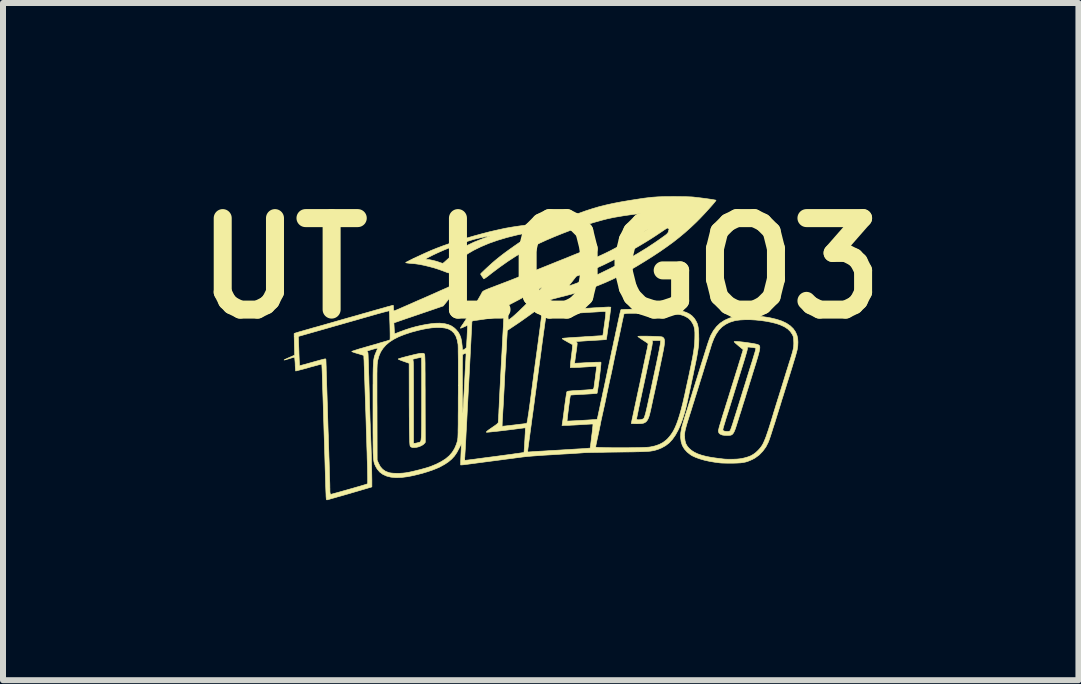
<source format=kicad_pcb>
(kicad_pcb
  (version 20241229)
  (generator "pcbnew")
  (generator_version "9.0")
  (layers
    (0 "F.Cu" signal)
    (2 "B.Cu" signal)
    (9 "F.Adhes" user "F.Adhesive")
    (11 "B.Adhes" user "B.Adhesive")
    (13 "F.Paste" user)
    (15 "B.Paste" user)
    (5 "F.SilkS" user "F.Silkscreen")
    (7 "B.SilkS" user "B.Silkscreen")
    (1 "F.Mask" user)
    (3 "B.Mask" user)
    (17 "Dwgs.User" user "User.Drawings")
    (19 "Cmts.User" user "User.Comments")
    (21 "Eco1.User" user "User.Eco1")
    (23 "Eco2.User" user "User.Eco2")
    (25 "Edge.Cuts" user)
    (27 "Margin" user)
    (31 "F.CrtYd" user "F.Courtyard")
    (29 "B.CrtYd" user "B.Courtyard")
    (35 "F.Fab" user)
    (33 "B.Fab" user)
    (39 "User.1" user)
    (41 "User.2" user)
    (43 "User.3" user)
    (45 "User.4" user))
  (footprint "UT LOGO3"
    (layer "F.Cu")
    (at 5.958 1.418)
    (property "Reference" "UT LOGO3" (at 0 0 0) (layer "F.SilkS") (effects (font (size 1.524 1.524) (thickness 0.3))))
    (attr through_hole)
    (fp_poly (pts (xy -1.952 1.419) (xy -1.941 1.425) (xy -1.939 1.427) (xy -1.937 1.43) (xy -1.935 1.434) (xy -1.933 1.441) (xy -1.932 1.452) (xy -1.931 1.466) (xy -1.93 1.486) (xy -1.929 1.511) (xy -1.928 1.544) (xy -1.927 1.584) (xy -1.927 1.632) (xy -1.927 1.69) (xy -1.926 1.758) (xy -1.926 1.836) (xy -1.926 1.927) (xy -1.925 2.03) (xy -1.925 2.147) (xy -1.925 2.168) (xy -1.923 2.901) (xy -1.938 2.92) (xy -1.961 2.941) (xy -1.993 2.959) (xy -2.029 2.974) (xy -2.068 2.984) (xy -2.105 2.988) (xy -2.137 2.987) (xy -2.161 2.978) (xy -2.164 2.976) (xy -2.169 2.971) (xy -2.174 2.965) (xy -2.177 2.955) (xy -2.179 2.941) (xy -2.181 2.92) (xy -2.183 2.889) (xy -2.184 2.847) (xy -2.185 2.811) (xy -2.186 2.778) (xy -2.187 2.733) (xy -2.188 2.676) (xy -2.189 2.609) (xy -2.189 2.534) (xy -2.19 2.452) (xy -2.19 2.366) (xy -2.191 2.276) (xy -2.191 2.185) (xy -2.191 2.122) (xy -2.192 1.584) (xy -2.283 1.552) (xy -2.317 1.54) (xy -2.345 1.529) (xy -2.355 1.524) (xy -2.135 1.524) (xy -2.131 1.528) (xy -2.129 1.53) (xy -2.127 1.534) (xy -2.126 1.541) (xy -2.124 1.552) (xy -2.123 1.567) (xy -2.122 1.588) (xy -2.121 1.615) (xy -2.121 1.649) (xy -2.12 1.691) (xy -2.12 1.742) (xy -2.12 1.802) (xy -2.119 1.873) (xy -2.119 1.956) (xy -2.119 2.051) (xy -2.119 2.159) (xy -2.119 2.227) (xy -2.119 2.917) (xy -2.099 2.917) (xy -2.08 2.915) (xy -2.055 2.909) (xy -2.042 2.906) (xy -2.033 2.903) (xy -2.024 2.901) (xy -2.017 2.899) (xy -2.011 2.896) (xy -2.005 2.891) (xy -2 2.883) (xy -1.996 2.872) (xy -1.993 2.856) (xy -1.991 2.835) (xy -1.988 2.808) (xy -1.987 2.774) (xy -1.986 2.732) (xy -1.985 2.681) (xy -1.984 2.621) (xy -1.984 2.55) (xy -1.984 2.468) (xy -1.983 2.373) (xy -1.983 2.266) (xy -1.983 2.183) (xy -1.983 2.084) (xy -1.983 1.989) (xy -1.983 1.9) (xy -1.983 1.816) (xy -1.983 1.74) (xy -1.983 1.672) (xy -1.984 1.613) (xy -1.984 1.564) (xy -1.985 1.526) (xy -1.985 1.501) (xy -1.986 1.488) (xy -1.986 1.487) (xy -1.995 1.487) (xy -2.015 1.489) (xy -2.043 1.495) (xy -2.068 1.5) (xy -2.101 1.509) (xy -2.122 1.515) (xy -2.133 1.52) (xy -2.135 1.524) (xy -2.355 1.524) (xy -2.365 1.52) (xy -2.374 1.514) (xy -2.374 1.513) (xy -2.368 1.509) (xy -2.349 1.503) (xy -2.32 1.494) (xy -2.284 1.484) (xy -2.243 1.473) (xy -2.199 1.462) (xy -2.154 1.451) (xy -2.11 1.44) (xy -2.07 1.431) (xy -2.036 1.424) (xy -2.01 1.419) (xy -1.999 1.418) (xy -1.971 1.417) (xy -1.952 1.419)) (stroke (width 0.01) (type solid)) (fill yes) (layer "F.SilkS"))
    (fp_poly (pts (xy 1.753 1.132) (xy 1.799 1.133) (xy 1.846 1.134) (xy 1.892 1.136) (xy 1.935 1.137) (xy 1.971 1.139) (xy 2.001 1.142) (xy 2.02 1.144) (xy 2.026 1.146) (xy 2.041 1.156) (xy 2.053 1.17) (xy 2.06 1.19) (xy 2.063 1.216) (xy 2.061 1.25) (xy 2.056 1.294) (xy 2.047 1.349) (xy 2.033 1.416) (xy 2.032 1.422) (xy 2.021 1.477) (xy 2.008 1.537) (xy 1.996 1.597) (xy 1.984 1.652) (xy 1.978 1.684) (xy 1.969 1.726) (xy 1.958 1.779) (xy 1.945 1.839) (xy 1.932 1.9) (xy 1.919 1.96) (xy 1.913 1.985) (xy 1.901 2.044) (xy 1.887 2.106) (xy 1.873 2.169) (xy 1.861 2.227) (xy 1.85 2.277) (xy 1.847 2.293) (xy 1.833 2.356) (xy 1.821 2.407) (xy 1.811 2.447) (xy 1.801 2.479) (xy 1.791 2.504) (xy 1.781 2.523) (xy 1.772 2.538) (xy 1.755 2.558) (xy 1.735 2.572) (xy 1.711 2.582) (xy 1.678 2.588) (xy 1.636 2.59) (xy 1.6 2.591) (xy 1.566 2.59) (xy 1.537 2.589) (xy 1.518 2.588) (xy 1.509 2.586) (xy 1.509 2.585) (xy 1.511 2.577) (xy 1.515 2.557) (xy 1.521 2.526) (xy 1.523 2.516) (xy 1.597 2.516) (xy 1.603 2.522) (xy 1.62 2.525) (xy 1.642 2.525) (xy 1.667 2.523) (xy 1.689 2.517) (xy 1.694 2.515) (xy 1.7 2.513) (xy 1.705 2.511) (xy 1.709 2.509) (xy 1.714 2.505) (xy 1.718 2.5) (xy 1.723 2.491) (xy 1.728 2.48) (xy 1.733 2.464) (xy 1.739 2.444) (xy 1.747 2.418) (xy 1.755 2.385) (xy 1.764 2.346) (xy 1.775 2.299) (xy 1.787 2.244) (xy 1.801 2.179) (xy 1.817 2.105) (xy 1.836 2.02) (xy 1.856 1.924) (xy 1.879 1.816) (xy 1.905 1.695) (xy 1.934 1.561) (xy 1.935 1.553) (xy 1.948 1.492) (xy 1.96 1.433) (xy 1.971 1.379) (xy 1.98 1.332) (xy 1.987 1.293) (xy 1.992 1.265) (xy 1.994 1.25) (xy 1.998 1.205) (xy 1.923 1.205) (xy 1.89 1.205) (xy 1.869 1.206) (xy 1.858 1.208) (xy 1.855 1.211) (xy 1.857 1.215) (xy 1.859 1.218) (xy 1.86 1.222) (xy 1.861 1.228) (xy 1.861 1.237) (xy 1.86 1.249) (xy 1.857 1.265) (xy 1.854 1.287) (xy 1.849 1.315) (xy 1.842 1.349) (xy 1.833 1.391) (xy 1.823 1.441) (xy 1.811 1.5) (xy 1.796 1.569) (xy 1.779 1.648) (xy 1.76 1.738) (xy 1.738 1.841) (xy 1.713 1.957) (xy 1.694 2.043) (xy 1.677 2.125) (xy 1.66 2.202) (xy 1.645 2.274) (xy 1.631 2.338) (xy 1.62 2.395) (xy 1.61 2.442) (xy 1.603 2.478) (xy 1.598 2.503) (xy 1.597 2.515) (xy 1.597 2.516) (xy 1.523 2.516) (xy 1.53 2.486) (xy 1.539 2.441) (xy 1.549 2.395) (xy 1.585 2.228) (xy 1.618 2.073) (xy 1.649 1.931) (xy 1.676 1.801) (xy 1.701 1.685) (xy 1.706 1.659) (xy 1.718 1.602) (xy 1.731 1.542) (xy 1.743 1.483) (xy 1.755 1.43) (xy 1.765 1.385) (xy 1.767 1.373) (xy 1.776 1.335) (xy 1.782 1.301) (xy 1.787 1.275) (xy 1.789 1.26) (xy 1.789 1.256) (xy 1.782 1.251) (xy 1.766 1.239) (xy 1.741 1.222) (xy 1.711 1.203) (xy 1.702 1.197) (xy 1.672 1.177) (xy 1.646 1.159) (xy 1.628 1.146) (xy 1.619 1.138) (xy 1.618 1.137) (xy 1.625 1.135) (xy 1.644 1.133) (xy 1.674 1.132) (xy 1.711 1.132) (xy 1.753 1.132)) (stroke (width 0.01) (type solid)) (fill yes) (layer "F.SilkS"))
    (fp_poly (pts (xy 3.275 1.221) (xy 3.318 1.225) (xy 3.364 1.23) (xy 3.435 1.239) (xy 3.494 1.248) (xy 3.54 1.255) (xy 3.576 1.262) (xy 3.603 1.268) (xy 3.623 1.275) (xy 3.635 1.282) (xy 3.643 1.29) (xy 3.646 1.296) (xy 3.649 1.306) (xy 3.65 1.32) (xy 3.649 1.337) (xy 3.646 1.359) (xy 3.64 1.388) (xy 3.631 1.423) (xy 3.619 1.467) (xy 3.603 1.52) (xy 3.584 1.584) (xy 3.56 1.66) (xy 3.539 1.727) (xy 3.528 1.763) (xy 3.514 1.809) (xy 3.497 1.864) (xy 3.478 1.922) (xy 3.46 1.982) (xy 3.443 2.036) (xy 3.424 2.097) (xy 3.404 2.163) (xy 3.383 2.229) (xy 3.363 2.292) (xy 3.346 2.348) (xy 3.335 2.384) (xy 3.318 2.435) (xy 3.301 2.49) (xy 3.285 2.542) (xy 3.27 2.589) (xy 3.259 2.624) (xy 3.242 2.676) (xy 3.226 2.716) (xy 3.211 2.745) (xy 3.196 2.764) (xy 3.18 2.777) (xy 3.178 2.777) (xy 3.16 2.783) (xy 3.131 2.785) (xy 3.098 2.786) (xy 3.064 2.784) (xy 3.034 2.781) (xy 3.017 2.776) (xy 2.986 2.762) (xy 2.969 2.745) (xy 2.961 2.723) (xy 2.961 2.714) (xy 2.961 2.708) (xy 2.962 2.702) (xy 2.963 2.694) (xy 2.963 2.692) (xy 3.035 2.692) (xy 3.035 2.698) (xy 3.043 2.708) (xy 3.062 2.715) (xy 3.086 2.719) (xy 3.112 2.72) (xy 3.135 2.718) (xy 3.151 2.711) (xy 3.153 2.71) (xy 3.159 2.7) (xy 3.168 2.678) (xy 3.179 2.647) (xy 3.191 2.611) (xy 3.2 2.585) (xy 3.22 2.519) (xy 3.245 2.441) (xy 3.273 2.352) (xy 3.304 2.252) (xy 3.338 2.143) (xy 3.374 2.026) (xy 3.411 1.909) (xy 3.43 1.847) (xy 3.45 1.782) (xy 3.47 1.718) (xy 3.489 1.657) (xy 3.506 1.603) (xy 3.52 1.56) (xy 3.54 1.494) (xy 3.556 1.441) (xy 3.569 1.399) (xy 3.577 1.369) (xy 3.582 1.348) (xy 3.584 1.336) (xy 3.584 1.332) (xy 3.575 1.329) (xy 3.556 1.325) (xy 3.531 1.321) (xy 3.504 1.318) (xy 3.479 1.315) (xy 3.461 1.314) (xy 3.46 1.314) (xy 3.446 1.315) (xy 3.442 1.323) (xy 3.444 1.33) (xy 3.444 1.337) (xy 3.442 1.35) (xy 3.438 1.369) (xy 3.431 1.396) (xy 3.421 1.43) (xy 3.408 1.474) (xy 3.392 1.528) (xy 3.372 1.593) (xy 3.348 1.67) (xy 3.32 1.759) (xy 3.313 1.782) (xy 3.3 1.823) (xy 3.284 1.874) (xy 3.266 1.933) (xy 3.247 1.995) (xy 3.227 2.058) (xy 3.212 2.108) (xy 3.193 2.169) (xy 3.173 2.233) (xy 3.153 2.297) (xy 3.134 2.358) (xy 3.117 2.411) (xy 3.106 2.446) (xy 3.085 2.511) (xy 3.069 2.565) (xy 3.056 2.607) (xy 3.047 2.639) (xy 3.04 2.663) (xy 3.036 2.68) (xy 3.035 2.692) (xy 2.963 2.692) (xy 2.965 2.684) (xy 2.968 2.671) (xy 2.972 2.654) (xy 2.978 2.632) (xy 2.986 2.605) (xy 2.997 2.571) (xy 3.009 2.53) (xy 3.024 2.48) (xy 3.042 2.421) (xy 3.064 2.353) (xy 3.088 2.274) (xy 3.117 2.183) (xy 3.149 2.08) (xy 3.174 1.999) (xy 3.205 1.9) (xy 3.234 1.807) (xy 3.261 1.72) (xy 3.286 1.641) (xy 3.307 1.571) (xy 3.326 1.511) (xy 3.341 1.463) (xy 3.351 1.428) (xy 3.373 1.357) (xy 3.298 1.295) (xy 3.27 1.271) (xy 3.247 1.251) (xy 3.23 1.235) (xy 3.223 1.226) (xy 3.222 1.226) (xy 3.228 1.221) (xy 3.245 1.22) (xy 3.275 1.221)) (stroke (width 0.01) (type solid)) (fill yes) (layer "F.SilkS"))
    (fp_poly (pts (xy 3.521 0.791) (xy 3.606 0.797) (xy 3.693 0.806) (xy 3.78 0.819) (xy 3.829 0.828) (xy 3.93 0.852) (xy 4.018 0.881) (xy 4.094 0.917) (xy 4.157 0.96) (xy 4.207 1.008) (xy 4.245 1.063) (xy 4.268 1.116) (xy 4.281 1.169) (xy 4.285 1.231) (xy 4.282 1.298) (xy 4.271 1.366) (xy 4.268 1.375) (xy 4.261 1.403) (xy 4.25 1.442) (xy 4.235 1.494) (xy 4.215 1.558) (xy 4.192 1.635) (xy 4.164 1.725) (xy 4.132 1.827) (xy 4.095 1.944) (xy 4.086 1.974) (xy 4.072 2.018) (xy 4.055 2.073) (xy 4.036 2.134) (xy 4.015 2.199) (xy 3.996 2.263) (xy 3.981 2.311) (xy 3.949 2.414) (xy 3.921 2.504) (xy 3.897 2.582) (xy 3.875 2.648) (xy 3.857 2.705) (xy 3.842 2.753) (xy 3.829 2.793) (xy 3.818 2.825) (xy 3.809 2.852) (xy 3.801 2.873) (xy 3.794 2.891) (xy 3.792 2.897) (xy 3.751 2.978) (xy 3.699 3.049) (xy 3.639 3.111) (xy 3.571 3.161) (xy 3.531 3.183) (xy 3.489 3.202) (xy 3.45 3.218) (xy 3.413 3.229) (xy 3.373 3.237) (xy 3.328 3.243) (xy 3.276 3.246) (xy 3.212 3.248) (xy 3.2 3.248) (xy 3.15 3.248) (xy 3.101 3.248) (xy 3.055 3.247) (xy 3.017 3.246) (xy 2.99 3.244) (xy 2.99 3.244) (xy 2.898 3.232) (xy 2.809 3.217) (xy 2.725 3.198) (xy 2.649 3.176) (xy 2.582 3.152) (xy 2.526 3.126) (xy 2.496 3.108) (xy 2.438 3.062) (xy 2.393 3.011) (xy 2.359 2.954) (xy 2.339 2.89) (xy 2.33 2.82) (xy 2.331 2.784) (xy 2.396 2.784) (xy 2.396 2.81) (xy 2.397 2.816) (xy 2.404 2.875) (xy 2.418 2.924) (xy 2.442 2.966) (xy 2.47 2.999) (xy 2.511 3.035) (xy 2.559 3.066) (xy 2.616 3.093) (xy 2.683 3.116) (xy 2.76 3.136) (xy 2.849 3.153) (xy 2.95 3.167) (xy 3.001 3.173) (xy 3.04 3.178) (xy 3.073 3.181) (xy 3.101 3.182) (xy 3.13 3.183) (xy 3.162 3.183) (xy 3.201 3.182) (xy 3.215 3.182) (xy 3.268 3.18) (xy 3.311 3.176) (xy 3.349 3.17) (xy 3.387 3.162) (xy 3.391 3.161) (xy 3.451 3.144) (xy 3.5 3.125) (xy 3.542 3.101) (xy 3.582 3.072) (xy 3.618 3.038) (xy 3.638 3.017) (xy 3.656 2.996) (xy 3.673 2.974) (xy 3.689 2.95) (xy 3.705 2.922) (xy 3.72 2.889) (xy 3.736 2.851) (xy 3.754 2.806) (xy 3.772 2.753) (xy 3.793 2.692) (xy 3.816 2.619) (xy 3.842 2.536) (xy 3.871 2.44) (xy 3.882 2.402) (xy 3.895 2.361) (xy 3.91 2.312) (xy 3.926 2.26) (xy 3.942 2.21) (xy 3.946 2.195) (xy 3.959 2.156) (xy 3.974 2.107) (xy 3.992 2.05) (xy 4.011 1.989) (xy 4.03 1.928) (xy 4.046 1.876) (xy 4.065 1.814) (xy 4.085 1.749) (xy 4.106 1.682) (xy 4.126 1.619) (xy 4.143 1.563) (xy 4.155 1.528) (xy 4.174 1.466) (xy 4.189 1.416) (xy 4.2 1.375) (xy 4.208 1.34) (xy 4.213 1.31) (xy 4.215 1.281) (xy 4.216 1.252) (xy 4.215 1.219) (xy 4.215 1.218) (xy 4.213 1.181) (xy 4.21 1.154) (xy 4.205 1.133) (xy 4.197 1.114) (xy 4.192 1.104) (xy 4.159 1.055) (xy 4.115 1.012) (xy 4.058 0.975) (xy 3.988 0.943) (xy 3.926 0.922) (xy 3.846 0.902) (xy 3.76 0.885) (xy 3.67 0.872) (xy 3.579 0.863) (xy 3.49 0.858) (xy 3.405 0.858) (xy 3.326 0.862) (xy 3.258 0.87) (xy 3.222 0.878) (xy 3.146 0.902) (xy 3.08 0.935) (xy 3.021 0.977) (xy 2.97 1.029) (xy 2.925 1.093) (xy 2.886 1.168) (xy 2.851 1.257) (xy 2.841 1.288) (xy 2.831 1.323) (xy 2.817 1.367) (xy 2.801 1.418) (xy 2.785 1.471) (xy 2.769 1.523) (xy 2.767 1.528) (xy 2.754 1.57) (xy 2.741 1.611) (xy 2.728 1.654) (xy 2.714 1.699) (xy 2.699 1.749) (xy 2.682 1.804) (xy 2.662 1.867) (xy 2.64 1.938) (xy 2.615 2.019) (xy 2.586 2.112) (xy 2.572 2.155) (xy 2.554 2.215) (xy 2.533 2.28) (xy 2.513 2.346) (xy 2.493 2.409) (xy 2.475 2.464) (xy 2.471 2.479) (xy 2.449 2.548) (xy 2.431 2.606) (xy 2.418 2.654) (xy 2.408 2.693) (xy 2.401 2.727) (xy 2.398 2.757) (xy 2.396 2.784) (xy 2.331 2.784) (xy 2.333 2.742) (xy 2.348 2.656) (xy 2.362 2.606) (xy 2.373 2.568) (xy 2.387 2.521) (xy 2.403 2.469) (xy 2.419 2.417) (xy 2.431 2.381) (xy 2.447 2.331) (xy 2.465 2.272) (xy 2.485 2.209) (xy 2.505 2.146) (xy 2.523 2.088) (xy 2.524 2.083) (xy 2.565 1.952) (xy 2.602 1.834) (xy 2.635 1.728) (xy 2.664 1.634) (xy 2.69 1.551) (xy 2.713 1.478) (xy 2.733 1.414) (xy 2.75 1.359) (xy 2.765 1.312) (xy 2.778 1.272) (xy 2.789 1.238) (xy 2.799 1.21) (xy 2.807 1.187) (xy 2.814 1.168) (xy 2.82 1.152) (xy 2.825 1.139) (xy 2.83 1.128) (xy 2.834 1.118) (xy 2.878 1.039) (xy 2.93 0.972) (xy 2.99 0.915) (xy 3.06 0.869) (xy 3.14 0.833) (xy 3.231 0.805) (xy 3.248 0.801) (xy 3.301 0.793) (xy 3.366 0.789) (xy 3.44 0.788) (xy 3.521 0.791)) (stroke (width 0.01) (type solid)) (fill yes) (layer "F.SilkS"))
    (fp_poly (pts (xy 2.289 -1.193) (xy 2.362 -1.192) (xy 2.427 -1.191) (xy 2.482 -1.189) (xy 2.525 -1.187) (xy 2.547 -1.185) (xy 2.602 -1.178) (xy 2.658 -1.172) (xy 2.713 -1.165) (xy 2.765 -1.158) (xy 2.813 -1.151) (xy 2.854 -1.145) (xy 2.887 -1.139) (xy 2.91 -1.135) (xy 2.92 -1.132) (xy 2.92 -1.132) (xy 2.917 -1.125) (xy 2.905 -1.109) (xy 2.886 -1.086) (xy 2.861 -1.056) (xy 2.83 -1.021) (xy 2.796 -0.983) (xy 2.76 -0.943) (xy 2.722 -0.902) (xy 2.684 -0.862) (xy 2.648 -0.824) (xy 2.614 -0.79) (xy 2.586 -0.762) (xy 2.494 -0.675) (xy 2.401 -0.592) (xy 2.306 -0.513) (xy 2.207 -0.435) (xy 2.101 -0.358) (xy 1.988 -0.279) (xy 1.865 -0.198) (xy 1.743 -0.121) (xy 1.597 -0.032) (xy 1.46 0.047) (xy 1.328 0.119) (xy 1.2 0.183) (xy 1.073 0.24) (xy 0.944 0.293) (xy 0.813 0.34) (xy 0.676 0.385) (xy 0.531 0.427) (xy 0.376 0.468) (xy 0.356 0.473) (xy 0.306 0.485) (xy 0.262 0.497) (xy 0.223 0.507) (xy 0.193 0.515) (xy 0.173 0.521) (xy 0.166 0.523) (xy 0.158 0.529) (xy 0.139 0.542) (xy 0.112 0.562) (xy 0.077 0.588) (xy 0.037 0.617) (xy -0.008 0.651) (xy -0.039 0.674) (xy -0.095 0.716) (xy -0.157 0.761) (xy -0.221 0.807) (xy -0.283 0.851) (xy -0.341 0.892) (xy -0.391 0.926) (xy -0.394 0.928) (xy -0.557 1.037) (xy -0.561 1.119) (xy -0.563 1.154) (xy -0.566 1.199) (xy -0.569 1.25) (xy -0.571 1.302) (xy -0.573 1.343) (xy -0.576 1.396) (xy -0.58 1.455) (xy -0.583 1.512) (xy -0.586 1.564) (xy -0.588 1.593) (xy -0.59 1.635) (xy -0.593 1.688) (xy -0.597 1.745) (xy -0.6 1.805) (xy -0.602 1.86) (xy -0.602 1.861) (xy -0.606 1.932) (xy -0.61 2.014) (xy -0.615 2.103) (xy -0.62 2.198) (xy -0.625 2.294) (xy -0.631 2.389) (xy -0.636 2.479) (xy -0.639 2.522) (xy -0.641 2.56) (xy -0.642 2.592) (xy -0.643 2.617) (xy -0.643 2.631) (xy -0.643 2.633) (xy -0.635 2.633) (xy -0.615 2.631) (xy -0.586 2.628) (xy -0.55 2.624) (xy -0.521 2.621) (xy -0.473 2.615) (xy -0.422 2.609) (xy -0.374 2.603) (xy -0.333 2.598) (xy -0.322 2.597) (xy -0.288 2.593) (xy -0.26 2.589) (xy -0.24 2.586) (xy -0.232 2.583) (xy -0.229 2.575) (xy -0.224 2.552) (xy -0.217 2.516) (xy -0.21 2.467) (xy -0.2 2.405) (xy -0.19 2.332) (xy -0.178 2.246) (xy -0.165 2.15) (xy -0.151 2.043) (xy -0.145 1.996) (xy -0.139 1.952) (xy -0.132 1.896) (xy -0.123 1.831) (xy -0.114 1.759) (xy -0.103 1.682) (xy -0.093 1.603) (xy -0.082 1.525) (xy -0.076 1.48) (xy -0.061 1.37) (xy -0.047 1.265) (xy -0.034 1.167) (xy -0.022 1.077) (xy -0.011 0.995) (xy -0.002 0.922) (xy 0.006 0.86) (xy 0.012 0.811) (xy 0.017 0.773) (xy 0.019 0.76) (xy 0.023 0.736) (xy 0.028 0.72) (xy 0.032 0.714) (xy 0.041 0.713) (xy 0.063 0.711) (xy 0.095 0.709) (xy 0.135 0.706) (xy 0.182 0.703) (xy 0.225 0.7) (xy 0.284 0.697) (xy 0.352 0.693) (xy 0.425 0.688) (xy 0.503 0.684) (xy 0.583 0.679) (xy 0.663 0.674) (xy 0.743 0.669) (xy 0.819 0.665) (xy 0.889 0.66) (xy 0.953 0.657) (xy 1.009 0.653) (xy 1.053 0.651) (xy 1.085 0.649) (xy 1.087 0.649) (xy 1.127 0.647) (xy 1.154 0.648) (xy 1.167 0.65) (xy 1.168 0.651) (xy 1.167 0.661) (xy 1.165 0.683) (xy 1.16 0.715) (xy 1.155 0.755) (xy 1.149 0.801) (xy 1.142 0.852) (xy 1.134 0.906) (xy 1.127 0.959) (xy 1.119 1.012) (xy 1.112 1.061) (xy 1.106 1.104) (xy 1.101 1.141) (xy 1.096 1.168) (xy 1.094 1.184) (xy 1.093 1.188) (xy 1.086 1.189) (xy 1.065 1.191) (xy 1.034 1.193) (xy 0.993 1.196) (xy 0.944 1.199) (xy 0.889 1.202) (xy 0.842 1.205) (xy 0.783 1.208) (xy 0.729 1.212) (xy 0.682 1.215) (xy 0.642 1.218) (xy 0.612 1.22) (xy 0.594 1.222) (xy 0.589 1.223) (xy 0.591 1.229) (xy 0.598 1.236) (xy 0.603 1.24) (xy 0.606 1.246) (xy 0.607 1.255) (xy 0.606 1.271) (xy 0.604 1.294) (xy 0.6 1.328) (xy 0.593 1.373) (xy 0.593 1.376) (xy 0.586 1.421) (xy 0.58 1.464) (xy 0.575 1.501) (xy 0.571 1.531) (xy 0.569 1.545) (xy 0.564 1.584) (xy 0.672 1.579) (xy 0.723 1.576) (xy 0.781 1.573) (xy 0.839 1.571) (xy 0.889 1.568) (xy 0.927 1.566) (xy 0.96 1.566) (xy 0.986 1.565) (xy 1 1.566) (xy 1.003 1.567) (xy 1.004 1.575) (xy 1.003 1.596) (xy 1 1.627) (xy 0.996 1.666) (xy 0.991 1.712) (xy 0.985 1.763) (xy 0.979 1.815) (xy 0.972 1.868) (xy 0.965 1.919) (xy 0.958 1.967) (xy 0.952 2.009) (xy 0.946 2.044) (xy 0.942 2.069) (xy 0.939 2.082) (xy 0.938 2.084) (xy 0.929 2.086) (xy 0.908 2.088) (xy 0.877 2.09) (xy 0.838 2.093) (xy 0.794 2.096) (xy 0.773 2.097) (xy 0.722 2.1) (xy 0.672 2.102) (xy 0.626 2.105) (xy 0.587 2.107) (xy 0.559 2.109) (xy 0.554 2.109) (xy 0.495 2.114) (xy 0.491 2.136) (xy 0.487 2.158) (xy 0.482 2.19) (xy 0.477 2.229) (xy 0.471 2.273) (xy 0.465 2.32) (xy 0.459 2.367) (xy 0.453 2.414) (xy 0.448 2.456) (xy 0.444 2.493) (xy 0.441 2.522) (xy 0.439 2.54) (xy 0.439 2.546) (xy 0.447 2.547) (xy 0.467 2.546) (xy 0.498 2.545) (xy 0.537 2.543) (xy 0.582 2.541) (xy 0.632 2.538) (xy 0.684 2.535) (xy 0.736 2.532) (xy 0.786 2.529) (xy 0.833 2.526) (xy 0.873 2.523) (xy 0.906 2.521) (xy 0.929 2.519) (xy 0.939 2.517) (xy 0.94 2.517) (xy 0.942 2.509) (xy 0.947 2.49) (xy 0.954 2.46) (xy 0.962 2.421) (xy 0.972 2.376) (xy 0.98 2.34) (xy 0.991 2.285) (xy 1.005 2.219) (xy 1.021 2.147) (xy 1.036 2.074) (xy 1.052 2.003) (xy 1.063 1.949) (xy 1.078 1.88) (xy 1.094 1.803) (xy 1.111 1.723) (xy 1.128 1.643) (xy 1.144 1.57) (xy 1.154 1.524) (xy 1.168 1.458) (xy 1.183 1.385) (xy 1.2 1.309) (xy 1.215 1.235) (xy 1.23 1.168) (xy 1.238 1.132) (xy 1.25 1.073) (xy 1.264 1.011) (xy 1.277 0.949) (xy 1.289 0.892) (xy 1.3 0.843) (xy 1.304 0.824) (xy 1.313 0.783) (xy 1.321 0.747) (xy 1.329 0.717) (xy 1.334 0.698) (xy 1.337 0.691) (xy 1.346 0.689) (xy 1.367 0.688) (xy 1.4 0.686) (xy 1.443 0.685) (xy 1.494 0.684) (xy 1.552 0.683) (xy 1.616 0.682) (xy 1.682 0.682) (xy 1.752 0.682) (xy 1.821 0.682) (xy 1.89 0.682) (xy 1.956 0.683) (xy 2.019 0.683) (xy 2.075 0.684) (xy 2.125 0.686) (xy 2.166 0.687) (xy 2.197 0.689) (xy 2.207 0.69) (xy 2.293 0.701) (xy 2.365 0.717) (xy 2.427 0.737) (xy 2.478 0.763) (xy 2.521 0.795) (xy 2.557 0.834) (xy 2.569 0.851) (xy 2.59 0.886) (xy 2.606 0.919) (xy 2.617 0.955) (xy 2.625 0.997) (xy 2.63 1.047) (xy 2.633 1.109) (xy 2.633 1.141) (xy 2.634 1.171) (xy 2.634 1.199) (xy 2.633 1.227) (xy 2.632 1.255) (xy 2.63 1.285) (xy 2.626 1.317) (xy 2.621 1.352) (xy 2.615 1.392) (xy 2.607 1.438) (xy 2.598 1.49) (xy 2.586 1.549) (xy 2.572 1.616) (xy 2.556 1.693) (xy 2.538 1.781) (xy 2.517 1.879) (xy 2.493 1.99) (xy 2.47 2.097) (xy 2.447 2.203) (xy 2.426 2.296) (xy 2.405 2.378) (xy 2.384 2.45) (xy 2.363 2.516) (xy 2.342 2.575) (xy 2.319 2.631) (xy 2.295 2.685) (xy 2.29 2.696) (xy 2.244 2.78) (xy 2.194 2.851) (xy 2.14 2.91) (xy 2.079 2.957) (xy 2.012 2.994) (xy 1.958 3.016) (xy 1.936 3.023) (xy 1.915 3.03) (xy 1.895 3.035) (xy 1.874 3.04) (xy 1.851 3.044) (xy 1.825 3.048) (xy 1.795 3.051) (xy 1.759 3.053) (xy 1.717 3.055) (xy 1.667 3.057) (xy 1.608 3.058) (xy 1.539 3.06) (xy 1.459 3.061) (xy 1.367 3.062) (xy 1.277 3.063) (xy 1.191 3.064) (xy 1.109 3.065) (xy 1.032 3.067) (xy 0.961 3.068) (xy 0.897 3.069) (xy 0.842 3.07) (xy 0.796 3.071) (xy 0.762 3.072) (xy 0.74 3.073) (xy 0.733 3.073) (xy 0.72 3.074) (xy 0.694 3.076) (xy 0.656 3.079) (xy 0.608 3.082) (xy 0.55 3.086) (xy 0.486 3.09) (xy 0.415 3.094) (xy 0.339 3.098) (xy 0.265 3.103) (xy 0.15 3.11) (xy 0.045 3.116) (xy -0.05 3.123) (xy -0.133 3.129) (xy -0.205 3.135) (xy -0.264 3.141) (xy -0.308 3.146) (xy -0.355 3.152) (xy -0.415 3.16) (xy -0.488 3.17) (xy -0.576 3.181) (xy -0.678 3.195) (xy -0.794 3.21) (xy -0.924 3.227) (xy -1.068 3.246) (xy -1.218 3.266) (xy -1.257 3.271) (xy -1.29 3.275) (xy -1.316 3.277) (xy -1.331 3.278) (xy -1.334 3.277) (xy -1.334 3.269) (xy -1.334 3.249) (xy -1.334 3.218) (xy -1.332 3.182) (xy -1.268 3.182) (xy -1.266 3.195) (xy -1.262 3.2) (xy -1.257 3.2) (xy -1.248 3.199) (xy -1.225 3.197) (xy -1.192 3.193) (xy -1.148 3.187) (xy -1.097 3.181) (xy -1.04 3.173) (xy -0.979 3.165) (xy -0.965 3.163) (xy -0.843 3.147) (xy -0.735 3.133) (xy -0.64 3.12) (xy -0.557 3.109) (xy -0.487 3.1) (xy -0.428 3.091) (xy -0.379 3.085) (xy -0.341 3.079) (xy -0.313 3.075) (xy -0.293 3.072) (xy -0.282 3.07) (xy -0.279 3.069) (xy -0.278 3.061) (xy -0.277 3.051) (xy -0.218 3.051) (xy -0.216 3.057) (xy -0.209 3.061) (xy -0.194 3.061) (xy -0.169 3.059) (xy -0.153 3.058) (xy -0.123 3.056) (xy -0.083 3.053) (xy -0.032 3.05) (xy 0.028 3.047) (xy 0.095 3.043) (xy 0.167 3.038) (xy 0.244 3.034) (xy 0.312 3.03) (xy 0.391 3.025) (xy 0.467 3.021) (xy 0.538 3.016) (xy 0.603 3.012) (xy 0.66 3.009) (xy 0.708 3.006) (xy 0.746 3.003) (xy 0.772 3.001) (xy 0.784 3) (xy 0.825 2.996) (xy 0.827 2.979) (xy 0.914 2.979) (xy 0.921 2.982) (xy 0.941 2.984) (xy 0.973 2.986) (xy 1.015 2.987) (xy 1.065 2.989) (xy 1.122 2.99) (xy 1.185 2.991) (xy 1.252 2.991) (xy 1.321 2.991) (xy 1.392 2.991) (xy 1.462 2.991) (xy 1.53 2.99) (xy 1.595 2.989) (xy 1.655 2.988) (xy 1.709 2.986) (xy 1.755 2.984) (xy 1.791 2.982) (xy 1.817 2.979) (xy 1.821 2.979) (xy 1.903 2.961) (xy 1.973 2.937) (xy 2.035 2.905) (xy 2.089 2.864) (xy 2.11 2.845) (xy 2.144 2.807) (xy 2.176 2.765) (xy 2.207 2.717) (xy 2.235 2.662) (xy 2.262 2.599) (xy 2.288 2.527) (xy 2.314 2.445) (xy 2.34 2.352) (xy 2.367 2.247) (xy 2.394 2.128) (xy 2.398 2.112) (xy 2.424 1.99) (xy 2.448 1.881) (xy 2.469 1.785) (xy 2.487 1.699) (xy 2.503 1.624) (xy 2.516 1.558) (xy 2.528 1.499) (xy 2.537 1.448) (xy 2.545 1.402) (xy 2.551 1.362) (xy 2.556 1.325) (xy 2.56 1.292) (xy 2.563 1.26) (xy 2.565 1.229) (xy 2.566 1.198) (xy 2.567 1.179) (xy 2.568 1.12) (xy 2.568 1.072) (xy 2.565 1.033) (xy 2.56 1.001) (xy 2.553 0.971) (xy 2.542 0.943) (xy 2.533 0.924) (xy 2.502 0.874) (xy 2.462 0.834) (xy 2.413 0.805) (xy 2.393 0.796) (xy 2.374 0.788) (xy 2.354 0.782) (xy 2.332 0.776) (xy 2.307 0.772) (xy 2.278 0.768) (xy 2.242 0.765) (xy 2.2 0.762) (xy 2.149 0.76) (xy 2.088 0.758) (xy 2.016 0.757) (xy 1.931 0.755) (xy 1.883 0.754) (xy 1.808 0.753) (xy 1.736 0.752) (xy 1.668 0.751) (xy 1.606 0.751) (xy 1.552 0.751) (xy 1.506 0.751) (xy 1.472 0.751) (xy 1.45 0.752) (xy 1.447 0.752) (xy 1.417 0.755) (xy 1.399 0.758) (xy 1.389 0.762) (xy 1.384 0.769) (xy 1.384 0.772) (xy 1.381 0.784) (xy 1.376 0.807) (xy 1.369 0.84) (xy 1.36 0.879) (xy 1.351 0.923) (xy 1.35 0.929) (xy 1.34 0.977) (xy 1.328 1.035) (xy 1.314 1.099) (xy 1.3 1.165) (xy 1.286 1.23) (xy 1.277 1.27) (xy 1.264 1.33) (xy 1.251 1.393) (xy 1.237 1.456) (xy 1.225 1.514) (xy 1.215 1.564) (xy 1.209 1.593) (xy 1.198 1.646) (xy 1.186 1.705) (xy 1.173 1.765) (xy 1.161 1.818) (xy 1.158 1.832) (xy 1.147 1.88) (xy 1.135 1.937) (xy 1.122 1.997) (xy 1.11 2.055) (xy 1.103 2.086) (xy 1.092 2.141) (xy 1.079 2.204) (xy 1.065 2.27) (xy 1.051 2.332) (xy 1.043 2.369) (xy 1.031 2.422) (xy 1.019 2.477) (xy 1.007 2.531) (xy 0.997 2.579) (xy 0.991 2.613) (xy 0.982 2.655) (xy 0.972 2.706) (xy 0.96 2.76) (xy 0.949 2.814) (xy 0.943 2.839) (xy 0.934 2.881) (xy 0.926 2.919) (xy 0.92 2.949) (xy 0.916 2.97) (xy 0.914 2.979) (xy 0.827 2.979) (xy 0.849 2.797) (xy 0.856 2.745) (xy 0.861 2.698) (xy 0.865 2.658) (xy 0.869 2.626) (xy 0.87 2.605) (xy 0.871 2.596) (xy 0.871 2.596) (xy 0.863 2.596) (xy 0.842 2.596) (xy 0.811 2.598) (xy 0.771 2.6) (xy 0.724 2.603) (xy 0.672 2.606) (xy 0.668 2.606) (xy 0.612 2.61) (xy 0.558 2.613) (xy 0.508 2.615) (xy 0.465 2.618) (xy 0.431 2.619) (xy 0.411 2.619) (xy 0.354 2.62) (xy 0.359 2.6) (xy 0.36 2.588) (xy 0.364 2.564) (xy 0.369 2.529) (xy 0.375 2.485) (xy 0.382 2.433) (xy 0.389 2.377) (xy 0.396 2.327) (xy 0.403 2.268) (xy 0.411 2.212) (xy 0.418 2.163) (xy 0.424 2.122) (xy 0.429 2.09) (xy 0.433 2.069) (xy 0.435 2.061) (xy 0.438 2.057) (xy 0.441 2.054) (xy 0.447 2.052) (xy 0.457 2.049) (xy 0.472 2.047) (xy 0.494 2.045) (xy 0.524 2.042) (xy 0.564 2.04) (xy 0.615 2.037) (xy 0.678 2.033) (xy 0.711 2.031) (xy 0.756 2.028) (xy 0.797 2.025) (xy 0.83 2.022) (xy 0.855 2.019) (xy 0.868 2.017) (xy 0.868 2.017) (xy 0.878 2.01) (xy 0.885 1.996) (xy 0.889 1.973) (xy 0.891 1.953) (xy 0.895 1.922) (xy 0.901 1.883) (xy 0.907 1.839) (xy 0.911 1.804) (xy 0.917 1.761) (xy 0.922 1.721) (xy 0.926 1.688) (xy 0.928 1.664) (xy 0.929 1.653) (xy 0.929 1.633) (xy 0.873 1.636) (xy 0.796 1.642) (xy 0.733 1.646) (xy 0.681 1.649) (xy 0.638 1.652) (xy 0.604 1.653) (xy 0.576 1.654) (xy 0.553 1.655) (xy 0.548 1.655) (xy 0.493 1.655) (xy 0.494 1.624) (xy 0.495 1.605) (xy 0.498 1.576) (xy 0.502 1.54) (xy 0.507 1.5) (xy 0.508 1.491) (xy 0.514 1.448) (xy 0.519 1.404) (xy 0.524 1.365) (xy 0.527 1.334) (xy 0.527 1.332) (xy 0.531 1.274) (xy 0.447 1.228) (xy 0.416 1.21) (xy 0.389 1.195) (xy 0.369 1.183) (xy 0.36 1.176) (xy 0.359 1.176) (xy 0.359 1.173) (xy 0.362 1.171) (xy 0.369 1.169) (xy 0.382 1.166) (xy 0.402 1.164) (xy 0.429 1.162) (xy 0.466 1.159) (xy 0.512 1.156) (xy 0.57 1.152) (xy 0.639 1.148) (xy 0.722 1.143) (xy 0.726 1.142) (xy 0.791 1.138) (xy 0.852 1.135) (xy 0.906 1.131) (xy 0.953 1.128) (xy 0.991 1.126) (xy 1.018 1.124) (xy 1.033 1.123) (xy 1.035 1.123) (xy 1.036 1.115) (xy 1.039 1.096) (xy 1.044 1.065) (xy 1.049 1.026) (xy 1.055 0.98) (xy 1.062 0.929) (xy 1.063 0.926) (xy 1.071 0.866) (xy 1.077 0.819) (xy 1.081 0.783) (xy 1.083 0.758) (xy 1.084 0.74) (xy 1.083 0.73) (xy 1.08 0.725) (xy 1.08 0.725) (xy 1.068 0.722) (xy 1.047 0.721) (xy 1.023 0.722) (xy 1.008 0.723) (xy 0.979 0.725) (xy 0.938 0.728) (xy 0.888 0.731) (xy 0.828 0.734) (xy 0.762 0.738) (xy 0.689 0.743) (xy 0.612 0.747) (xy 0.537 0.752) (xy 0.459 0.757) (xy 0.384 0.761) (xy 0.316 0.765) (xy 0.254 0.77) (xy 0.201 0.773) (xy 0.156 0.776) (xy 0.123 0.779) (xy 0.101 0.781) (xy 0.093 0.783) (xy 0.093 0.783) (xy 0.092 0.785) (xy 0.09 0.79) (xy 0.088 0.799) (xy 0.086 0.813) (xy 0.083 0.831) (xy 0.079 0.855) (xy 0.074 0.884) (xy 0.069 0.921) (xy 0.063 0.964) (xy 0.056 1.016) (xy 0.047 1.076) (xy 0.038 1.145) (xy 0.027 1.224) (xy 0.015 1.314) (xy 0.002 1.414) (xy -0.013 1.525) (xy -0.03 1.649) (xy -0.048 1.786) (xy -0.068 1.936) (xy -0.083 2.05) (xy -0.094 2.127) (xy -0.105 2.214) (xy -0.118 2.309) (xy -0.131 2.406) (xy -0.145 2.504) (xy -0.157 2.597) (xy -0.169 2.683) (xy -0.171 2.697) (xy -0.18 2.766) (xy -0.189 2.831) (xy -0.197 2.89) (xy -0.204 2.942) (xy -0.21 2.986) (xy -0.214 3.02) (xy -0.217 3.042) (xy -0.218 3.051) (xy -0.277 3.051) (xy -0.276 3.041) (xy -0.274 3.011) (xy -0.271 2.973) (xy -0.269 2.93) (xy -0.266 2.884) (xy -0.263 2.837) (xy -0.261 2.791) (xy -0.258 2.748) (xy -0.257 2.712) (xy -0.256 2.683) (xy -0.255 2.665) (xy -0.256 2.66) (xy -0.263 2.66) (xy -0.282 2.661) (xy -0.309 2.665) (xy -0.33 2.667) (xy -0.402 2.677) (xy -0.474 2.686) (xy -0.545 2.695) (xy -0.614 2.703) (xy -0.679 2.711) (xy -0.739 2.718) (xy -0.791 2.723) (xy -0.836 2.728) (xy -0.87 2.731) (xy -0.894 2.733) (xy -0.905 2.733) (xy -0.905 2.733) (xy -0.906 2.728) (xy -0.9 2.721) (xy -0.887 2.709) (xy -0.866 2.693) (xy -0.834 2.671) (xy -0.791 2.641) (xy -0.789 2.64) (xy -0.756 2.617) (xy -0.73 2.597) (xy -0.714 2.581) (xy -0.708 2.573) (xy -0.707 2.562) (xy -0.706 2.539) (xy -0.703 2.505) (xy -0.701 2.461) (xy -0.698 2.411) (xy -0.696 2.354) (xy -0.693 2.304) (xy -0.691 2.253) (xy -0.688 2.189) (xy -0.684 2.114) (xy -0.68 2.031) (xy -0.675 1.941) (xy -0.67 1.847) (xy -0.665 1.75) (xy -0.66 1.653) (xy -0.655 1.557) (xy -0.653 1.52) (xy -0.646 1.403) (xy -0.641 1.299) (xy -0.636 1.208) (xy -0.632 1.129) (xy -0.628 1.061) (xy -0.625 1.003) (xy -0.622 0.955) (xy -0.621 0.915) (xy -0.619 0.883) (xy -0.618 0.858) (xy -0.617 0.839) (xy -0.617 0.825) (xy -0.617 0.816) (xy -0.618 0.81) (xy -0.618 0.807) (xy -0.619 0.806) (xy -0.62 0.806) (xy -0.621 0.806) (xy -0.629 0.807) (xy -0.65 0.809) (xy -0.681 0.813) (xy -0.72 0.819) (xy -0.766 0.825) (xy -0.815 0.832) (xy -0.868 0.839) (xy -0.92 0.846) (xy -0.97 0.853) (xy -1.017 0.86) (xy -1.058 0.866) (xy -1.091 0.87) (xy -1.114 0.874) (xy -1.123 0.875) (xy -1.14 0.88) (xy -1.146 0.89) (xy -1.147 0.895) (xy -1.147 0.906) (xy -1.148 0.929) (xy -1.15 0.964) (xy -1.152 1.008) (xy -1.155 1.06) (xy -1.158 1.117) (xy -1.161 1.179) (xy -1.161 1.183) (xy -1.164 1.24) (xy -1.168 1.309) (xy -1.172 1.388) (xy -1.176 1.475) (xy -1.181 1.568) (xy -1.186 1.664) (xy -1.191 1.761) (xy -1.196 1.857) (xy -1.201 1.949) (xy -1.21 2.115) (xy -1.218 2.267) (xy -1.225 2.406) (xy -1.231 2.531) (xy -1.237 2.644) (xy -1.243 2.744) (xy -1.247 2.833) (xy -1.251 2.91) (xy -1.255 2.976) (xy -1.258 3.031) (xy -1.261 3.076) (xy -1.263 3.111) (xy -1.264 3.137) (xy -1.266 3.154) (xy -1.266 3.159) (xy -1.268 3.182) (xy -1.332 3.182) (xy -1.332 3.179) (xy -1.33 3.133) (xy -1.329 3.105) (xy -1.327 3.057) (xy -1.325 3.014) (xy -1.324 2.979) (xy -1.323 2.952) (xy -1.323 2.937) (xy -1.324 2.934) (xy -1.328 2.939) (xy -1.337 2.954) (xy -1.349 2.978) (xy -1.363 3.006) (xy -1.398 3.072) (xy -1.437 3.129) (xy -1.483 3.179) (xy -1.537 3.225) (xy -1.6 3.267) (xy -1.676 3.309) (xy -1.681 3.312) (xy -1.738 3.337) (xy -1.807 3.364) (xy -1.884 3.39) (xy -1.966 3.415) (xy -2.051 3.437) (xy -2.136 3.457) (xy -2.217 3.473) (xy -2.32 3.486) (xy -2.412 3.489) (xy -2.495 3.481) (xy -2.567 3.463) (xy -2.629 3.435) (xy -2.682 3.396) (xy -2.724 3.346) (xy -2.747 3.307) (xy -2.754 3.292) (xy -2.76 3.279) (xy -2.766 3.266) (xy -2.771 3.253) (xy -2.775 3.238) (xy -2.779 3.221) (xy -2.782 3.201) (xy -2.785 3.176) (xy -2.787 3.147) (xy -2.789 3.113) (xy -2.791 3.072) (xy -2.792 3.023) (xy -2.792 2.966) (xy -2.793 2.9) (xy -2.793 2.824) (xy -2.794 2.737) (xy -2.794 2.638) (xy -2.794 2.527) (xy -2.794 2.402) (xy -2.794 2.369) (xy -2.794 2.241) (xy -2.794 2.125) (xy -2.794 2.023) (xy -2.794 1.936) (xy -2.728 1.936) (xy -2.728 2.016) (xy -2.728 2.107) (xy -2.728 2.211) (xy -2.727 2.328) (xy -2.727 2.401) (xy -2.725 3.197) (xy -2.701 3.252) (xy -2.671 3.308) (xy -2.632 3.351) (xy -2.585 3.384) (xy -2.527 3.406) (xy -2.524 3.407) (xy -2.493 3.412) (xy -2.451 3.416) (xy -2.402 3.417) (xy -2.35 3.417) (xy -2.299 3.414) (xy -2.252 3.409) (xy -2.235 3.406) (xy -2.189 3.398) (xy -2.135 3.386) (xy -2.077 3.372) (xy -2.016 3.357) (xy -1.958 3.341) (xy -1.904 3.326) (xy -1.86 3.312) (xy -1.836 3.304) (xy -1.739 3.264) (xy -1.655 3.221) (xy -1.583 3.175) (xy -1.523 3.124) (xy -1.474 3.067) (xy -1.435 3.004) (xy -1.405 2.934) (xy -1.392 2.892) (xy -1.389 2.883) (xy -1.387 2.873) (xy -1.385 2.863) (xy -1.383 2.852) (xy -1.382 2.838) (xy -1.38 2.821) (xy -1.379 2.799) (xy -1.378 2.773) (xy -1.377 2.74) (xy -1.377 2.701) (xy -1.376 2.654) (xy -1.375 2.598) (xy -1.375 2.533) (xy -1.375 2.457) (xy -1.374 2.37) (xy -1.374 2.271) (xy -1.374 2.159) (xy -1.373 2.079) (xy -1.373 1.95) (xy -1.373 1.895) (xy -1.305 1.895) (xy -1.305 1.949) (xy -1.305 2.045) (xy -1.305 2.132) (xy -1.304 2.207) (xy -1.303 2.272) (xy -1.303 2.324) (xy -1.302 2.365) (xy -1.301 2.392) (xy -1.3 2.407) (xy -1.298 2.407) (xy -1.298 2.406) (xy -1.297 2.391) (xy -1.295 2.362) (xy -1.292 2.322) (xy -1.289 2.272) (xy -1.285 2.214) (xy -1.281 2.148) (xy -1.277 2.076) (xy -1.273 2) (xy -1.27 1.941) (xy -1.266 1.863) (xy -1.262 1.787) (xy -1.259 1.716) (xy -1.255 1.651) (xy -1.252 1.593) (xy -1.249 1.544) (xy -1.247 1.505) (xy -1.246 1.479) (xy -1.245 1.468) (xy -1.244 1.441) (xy -1.245 1.422) (xy -1.248 1.415) (xy -1.248 1.415) (xy -1.262 1.419) (xy -1.28 1.427) (xy -1.295 1.436) (xy -1.301 1.44) (xy -1.302 1.449) (xy -1.302 1.47) (xy -1.303 1.504) (xy -1.304 1.549) (xy -1.304 1.603) (xy -1.305 1.666) (xy -1.305 1.737) (xy -1.305 1.813) (xy -1.305 1.895) (xy -1.373 1.895) (xy -1.373 1.83) (xy -1.373 1.72) (xy -1.373 1.621) (xy -1.373 1.532) (xy -1.374 1.455) (xy -1.375 1.39) (xy -1.375 1.338) (xy -1.376 1.299) (xy -1.377 1.273) (xy -1.378 1.265) (xy -1.392 1.193) (xy -1.413 1.132) (xy -1.443 1.083) (xy -1.481 1.046) (xy -1.486 1.042) (xy -1.519 1.021) (xy -1.554 1.007) (xy -1.594 0.997) (xy -1.642 0.991) (xy -1.68 0.989) (xy -1.745 0.989) (xy -1.812 0.993) (xy -1.885 1.003) (xy -1.965 1.018) (xy -2.039 1.035) (xy -2.162 1.068) (xy -2.27 1.104) (xy -2.366 1.142) (xy -2.449 1.184) (xy -2.52 1.23) (xy -2.58 1.281) (xy -2.628 1.336) (xy -2.667 1.396) (xy -2.695 1.462) (xy -2.715 1.534) (xy -2.717 1.545) (xy -2.719 1.557) (xy -2.721 1.569) (xy -2.722 1.584) (xy -2.724 1.601) (xy -2.725 1.621) (xy -2.726 1.646) (xy -2.727 1.676) (xy -2.727 1.712) (xy -2.728 1.755) (xy -2.728 1.806) (xy -2.728 1.866) (xy -2.728 1.936) (xy -2.794 1.936) (xy -2.793 1.932) (xy -2.793 1.852) (xy -2.793 1.783) (xy -2.792 1.723) (xy -2.791 1.671) (xy -2.789 1.626) (xy -2.787 1.588) (xy -2.785 1.556) (xy -2.782 1.529) (xy -2.778 1.506) (xy -2.774 1.486) (xy -2.77 1.468) (xy -2.764 1.451) (xy -2.758 1.435) (xy -2.751 1.419) (xy -2.744 1.401) (xy -2.74 1.393) (xy -2.729 1.366) (xy -2.72 1.345) (xy -2.715 1.333) (xy -2.714 1.331) (xy -2.721 1.331) (xy -2.738 1.335) (xy -2.762 1.341) (xy -2.792 1.349) (xy -2.822 1.358) (xy -2.851 1.367) (xy -2.874 1.374) (xy -2.89 1.38) (xy -2.894 1.383) (xy -2.893 1.389) (xy -2.887 1.395) (xy -2.885 1.396) (xy -2.883 1.397) (xy -2.882 1.398) (xy -2.881 1.401) (xy -2.879 1.405) (xy -2.878 1.413) (xy -2.877 1.424) (xy -2.876 1.439) (xy -2.875 1.46) (xy -2.874 1.486) (xy -2.873 1.52) (xy -2.871 1.561) (xy -2.869 1.61) (xy -2.868 1.669) (xy -2.866 1.738) (xy -2.863 1.817) (xy -2.861 1.908) (xy -2.858 2.012) (xy -2.855 2.128) (xy -2.852 2.217) (xy -2.85 2.303) (xy -2.847 2.386) (xy -2.845 2.465) (xy -2.843 2.538) (xy -2.84 2.604) (xy -2.839 2.662) (xy -2.837 2.71) (xy -2.835 2.747) (xy -2.834 2.772) (xy -2.834 2.779) (xy -2.832 2.809) (xy -2.831 2.849) (xy -2.829 2.897) (xy -2.827 2.953) (xy -2.825 3.015) (xy -2.823 3.08) (xy -2.821 3.149) (xy -2.82 3.218) (xy -2.818 3.287) (xy -2.816 3.355) (xy -2.815 3.418) (xy -2.814 3.477) (xy -2.813 3.529) (xy -2.813 3.574) (xy -2.813 3.608) (xy -2.813 3.632) (xy -2.813 3.643) (xy -2.814 3.643) (xy -2.821 3.646) (xy -2.841 3.652) (xy -2.872 3.661) (xy -2.912 3.673) (xy -2.96 3.687) (xy -3.014 3.703) (xy -3.072 3.72) (xy -3.134 3.738) (xy -3.198 3.757) (xy -3.261 3.775) (xy -3.323 3.793) (xy -3.382 3.809) (xy -3.436 3.825) (xy -3.484 3.838) (xy -3.524 3.85) (xy -3.555 3.858) (xy -3.557 3.859) (xy -3.567 3.858) (xy -3.572 3.845) (xy -3.573 3.838) (xy -3.574 3.825) (xy -3.576 3.799) (xy -3.577 3.763) (xy -3.579 3.718) (xy -3.581 3.666) (xy -3.583 3.609) (xy -3.584 3.567) (xy -3.591 3.342) (xy -3.597 3.131) (xy -3.603 2.934) (xy -3.609 2.752) (xy -3.614 2.583) (xy -3.619 2.429) (xy -3.623 2.288) (xy -3.627 2.16) (xy -3.631 2.046) (xy -3.634 1.945) (xy -3.637 1.857) (xy -3.639 1.783) (xy -3.641 1.721) (xy -3.643 1.672) (xy -3.645 1.635) (xy -3.646 1.611) (xy -3.647 1.599) (xy -3.647 1.598) (xy -3.654 1.599) (xy -3.674 1.603) (xy -3.704 1.611) (xy -3.743 1.622) (xy -3.789 1.634) (xy -3.841 1.648) (xy -3.864 1.655) (xy -3.917 1.67) (xy -3.966 1.683) (xy -4.008 1.694) (xy -4.043 1.703) (xy -4.067 1.709) (xy -4.08 1.712) (xy -4.082 1.712) (xy -4.084 1.703) (xy -4.086 1.683) (xy -4.088 1.654) (xy -4.09 1.619) (xy -4.09 1.602) (xy -4.092 1.564) (xy -4.095 1.53) (xy -4.097 1.505) (xy -4.1 1.49) (xy -4.1 1.487) (xy -4.108 1.485) (xy -4.125 1.487) (xy -4.152 1.495) (xy -4.187 1.506) (xy -4.22 1.516) (xy -4.247 1.524) (xy -4.267 1.529) (xy -4.275 1.53) (xy -4.272 1.526) (xy -4.257 1.518) (xy -4.233 1.507) (xy -4.202 1.493) (xy -4.19 1.488) (xy -4.099 1.448) (xy -4.104 1.268) (xy -4.107 1.137) (xy -4.039 1.137) (xy -4.037 1.165) (xy -4.036 1.18) (xy -4.035 1.207) (xy -4.034 1.244) (xy -4.032 1.289) (xy -4.03 1.34) (xy -4.028 1.395) (xy -4.028 1.408) (xy -4.026 1.462) (xy -4.024 1.511) (xy -4.022 1.554) (xy -4.02 1.588) (xy -4.019 1.612) (xy -4.017 1.623) (xy -4.017 1.624) (xy -4.01 1.623) (xy -3.99 1.618) (xy -3.96 1.61) (xy -3.921 1.6) (xy -3.876 1.587) (xy -3.825 1.573) (xy -3.808 1.568) (xy -3.755 1.553) (xy -3.707 1.54) (xy -3.664 1.528) (xy -3.629 1.519) (xy -3.604 1.513) (xy -3.591 1.51) (xy -3.59 1.509) (xy -3.58 1.516) (xy -3.578 1.526) (xy -3.578 1.537) (xy -3.577 1.561) (xy -3.576 1.597) (xy -3.574 1.645) (xy -3.573 1.703) (xy -3.571 1.77) (xy -3.568 1.845) (xy -3.566 1.928) (xy -3.563 2.016) (xy -3.56 2.108) (xy -3.557 2.205) (xy -3.554 2.304) (xy -3.551 2.405) (xy -3.548 2.506) (xy -3.545 2.607) (xy -3.542 2.706) (xy -3.538 2.802) (xy -3.536 2.895) (xy -3.533 2.982) (xy -3.53 3.064) (xy -3.528 3.138) (xy -3.527 3.16) (xy -3.524 3.242) (xy -3.522 3.32) (xy -3.52 3.395) (xy -3.518 3.464) (xy -3.516 3.526) (xy -3.514 3.58) (xy -3.513 3.624) (xy -3.513 3.656) (xy -3.512 3.673) (xy -3.512 3.713) (xy -3.51 3.74) (xy -3.507 3.756) (xy -3.501 3.765) (xy -3.495 3.766) (xy -3.486 3.765) (xy -3.465 3.759) (xy -3.432 3.75) (xy -3.391 3.739) (xy -3.341 3.725) (xy -3.285 3.709) (xy -3.224 3.692) (xy -3.189 3.682) (xy -3.125 3.664) (xy -3.067 3.647) (xy -3.013 3.632) (xy -2.968 3.618) (xy -2.93 3.607) (xy -2.903 3.598) (xy -2.888 3.593) (xy -2.885 3.592) (xy -2.884 3.587) (xy -2.883 3.575) (xy -2.883 3.556) (xy -2.883 3.529) (xy -2.883 3.494) (xy -2.884 3.449) (xy -2.885 3.395) (xy -2.886 3.331) (xy -2.888 3.257) (xy -2.891 3.172) (xy -2.893 3.075) (xy -2.897 2.967) (xy -2.9 2.846) (xy -2.905 2.713) (xy -2.909 2.566) (xy -2.914 2.405) (xy -2.918 2.304) (xy -2.922 2.175) (xy -2.926 2.06) (xy -2.929 1.957) (xy -2.932 1.867) (xy -2.935 1.788) (xy -2.937 1.72) (xy -2.939 1.662) (xy -2.941 1.613) (xy -2.942 1.572) (xy -2.943 1.539) (xy -2.945 1.512) (xy -2.946 1.492) (xy -2.946 1.477) (xy -2.947 1.466) (xy -2.948 1.459) (xy -2.949 1.455) (xy -2.949 1.453) (xy -2.949 1.453) (xy -2.957 1.45) (xy -2.977 1.444) (xy -3.005 1.435) (xy -3.039 1.425) (xy -3.049 1.422) (xy -3.084 1.412) (xy -3.114 1.402) (xy -3.136 1.394) (xy -3.147 1.389) (xy -3.148 1.388) (xy -3.142 1.384) (xy -3.123 1.377) (xy -3.095 1.368) (xy -3.058 1.356) (xy -3.014 1.342) (xy -2.967 1.329) (xy -2.875 1.302) (xy -2.797 1.28) (xy -2.73 1.261) (xy -2.675 1.244) (xy -2.63 1.231) (xy -2.593 1.22) (xy -2.565 1.212) (xy -2.544 1.205) (xy -2.529 1.2) (xy -2.519 1.197) (xy -2.513 1.194) (xy -2.511 1.193) (xy -2.51 1.184) (xy -2.509 1.163) (xy -2.509 1.132) (xy -2.509 1.093) (xy -2.51 1.047) (xy -2.511 0.998) (xy -2.512 0.947) (xy -2.514 0.896) (xy -2.516 0.847) (xy -2.517 0.802) (xy -2.519 0.764) (xy -2.521 0.735) (xy -2.523 0.716) (xy -2.524 0.71) (xy -2.532 0.711) (xy -2.552 0.716) (xy -2.583 0.724) (xy -2.623 0.734) (xy -2.669 0.747) (xy -2.722 0.761) (xy -2.754 0.771) (xy -2.799 0.783) (xy -2.857 0.8) (xy -2.925 0.819) (xy -3.001 0.841) (xy -3.084 0.865) (xy -3.173 0.89) (xy -3.264 0.916) (xy -3.358 0.943) (xy -3.451 0.969) (xy -3.509 0.986) (xy -4.039 1.137) (xy -4.107 1.137) (xy -4.108 1.089) (xy -4.092 1.082) (xy -4.081 1.078) (xy -4.058 1.071) (xy -4.025 1.061) (xy -3.982 1.049) (xy -3.931 1.034) (xy -3.874 1.018) (xy -3.812 1) (xy -3.781 0.991) (xy -3.722 0.975) (xy -3.651 0.955) (xy -3.571 0.932) (xy -3.483 0.907) (xy -3.389 0.88) (xy -3.292 0.852) (xy -3.194 0.824) (xy -3.097 0.797) (xy -3.002 0.77) (xy -2.976 0.762) (xy -2.893 0.739) (xy -2.814 0.716) (xy -2.74 0.695) (xy -2.672 0.676) (xy -2.611 0.659) (xy -2.56 0.644) (xy -2.517 0.633) (xy -2.486 0.624) (xy -2.466 0.619) (xy -2.459 0.617) (xy -2.456 0.623) (xy -2.454 0.641) (xy -2.453 0.664) (xy -2.452 0.693) (xy -2.448 0.708) (xy -2.444 0.711) (xy -2.434 0.708) (xy -2.414 0.701) (xy -2.386 0.689) (xy -2.352 0.675) (xy -2.337 0.668) (xy -2.285 0.645) (xy -2.225 0.619) (xy -2.161 0.591) (xy -2.094 0.561) (xy -2.028 0.532) (xy -1.965 0.505) (xy -1.908 0.48) (xy -1.86 0.459) (xy -1.836 0.448) (xy -1.808 0.436) (xy -1.77 0.419) (xy -1.723 0.398) (xy -1.67 0.374) (xy -1.613 0.349) (xy -1.556 0.324) (xy -1.535 0.314) (xy -1.482 0.291) (xy -1.433 0.269) (xy -1.39 0.25) (xy -1.354 0.234) (xy -1.328 0.222) (xy -1.311 0.214) (xy -1.307 0.213) (xy -1.301 0.212) (xy -1.304 0.22) (xy -1.305 0.222) (xy -1.311 0.231) (xy -1.325 0.25) (xy -1.346 0.276) (xy -1.371 0.31) (xy -1.401 0.348) (xy -1.433 0.389) (xy -1.466 0.431) (xy -1.5 0.474) (xy -1.532 0.514) (xy -1.562 0.552) (xy -1.585 0.581) (xy -1.624 0.629) (xy -1.819 0.696) (xy -1.88 0.717) (xy -1.951 0.741) (xy -2.027 0.767) (xy -2.103 0.793) (xy -2.176 0.818) (xy -2.23 0.836) (xy -2.446 0.911) (xy -2.441 1.001) (xy -2.439 1.036) (xy -2.438 1.065) (xy -2.436 1.085) (xy -2.436 1.093) (xy -2.435 1.094) (xy -2.429 1.092) (xy -2.411 1.085) (xy -2.385 1.075) (xy -2.353 1.062) (xy -2.344 1.059) (xy -2.26 1.028) (xy -2.172 0.999) (xy -2.082 0.974) (xy -1.991 0.953) (xy -1.903 0.936) (xy -1.821 0.924) (xy -1.746 0.917) (xy -1.681 0.916) (xy -1.669 0.917) (xy -1.598 0.925) (xy -1.538 0.94) (xy -1.486 0.963) (xy -1.439 0.996) (xy -1.413 1.02) (xy -1.378 1.061) (xy -1.351 1.106) (xy -1.331 1.157) (xy -1.318 1.216) (xy -1.31 1.287) (xy -1.309 1.292) (xy -1.307 1.322) (xy -1.304 1.347) (xy -1.302 1.361) (xy -1.301 1.364) (xy -1.287 1.36) (xy -1.268 1.349) (xy -1.251 1.336) (xy -1.24 1.323) (xy -1.238 1.319) (xy -1.237 1.308) (xy -1.235 1.284) (xy -1.233 1.252) (xy -1.231 1.213) (xy -1.228 1.169) (xy -1.226 1.124) (xy -1.224 1.081) (xy -1.222 1.041) (xy -1.22 1.007) (xy -1.219 0.982) (xy -1.219 0.971) (xy -1.219 0.951) (xy -1.275 0.976) (xy -1.301 0.988) (xy -1.322 0.996) (xy -1.335 1) (xy -1.337 1) (xy -1.336 0.993) (xy -1.329 0.979) (xy -1.315 0.959) (xy -1.315 0.958) (xy -1.293 0.927) (xy -1.266 0.885) (xy -1.234 0.836) (xy -1.199 0.78) (xy -1.181 0.75) (xy -0.787 0.75) (xy -0.786 0.753) (xy -0.773 0.753) (xy -0.749 0.751) (xy -0.717 0.747) (xy -0.68 0.742) (xy -0.667 0.741) (xy -0.63 0.735) (xy -0.597 0.731) (xy -0.572 0.727) (xy -0.557 0.726) (xy -0.555 0.726) (xy -0.55 0.729) (xy -0.546 0.739) (xy -0.545 0.759) (xy -0.544 0.791) (xy -0.544 0.795) (xy -0.544 0.824) (xy -0.542 0.848) (xy -0.54 0.861) (xy -0.538 0.864) (xy -0.531 0.859) (xy -0.514 0.847) (xy -0.491 0.83) (xy -0.464 0.808) (xy -0.46 0.804) (xy -0.437 0.784) (xy -0.406 0.756) (xy -0.368 0.721) (xy -0.326 0.68) (xy -0.281 0.637) (xy -0.236 0.592) (xy -0.214 0.57) (xy -0.153 0.509) (xy -0.103 0.458) (xy -0.062 0.415) (xy -0.03 0.381) (xy -0.008 0.355) (xy 0.007 0.337) (xy 0.013 0.326) (xy 0.013 0.323) (xy 0.006 0.325) (xy -0.012 0.334) (xy -0.039 0.348) (xy -0.073 0.366) (xy -0.112 0.387) (xy -0.139 0.402) (xy -0.37 0.528) (xy -0.602 0.649) (xy -0.668 0.683) (xy -0.716 0.708) (xy -0.752 0.727) (xy -0.776 0.741) (xy -0.787 0.75) (xy -1.181 0.75) (xy -1.163 0.721) (xy -1.126 0.66) (xy -1.09 0.601) (xy -1.056 0.544) (xy -1.026 0.492) (xy -1.001 0.448) (xy -0.988 0.425) (xy -0.983 0.414) (xy -0.978 0.405) (xy -0.973 0.397) (xy -0.966 0.389) (xy -0.957 0.382) (xy -0.944 0.374) (xy -0.925 0.365) (xy -0.901 0.354) (xy -0.868 0.341) (xy -0.827 0.325) (xy -0.777 0.306) (xy -0.731 0.288) (xy 0.474 0.288) (xy 0.478 0.29) (xy 0.491 0.288) (xy 0.514 0.281) (xy 0.546 0.27) (xy 0.589 0.254) (xy 0.645 0.233) (xy 0.655 0.23) (xy 0.808 0.167) (xy 0.968 0.097) (xy 1.131 0.018) (xy 1.296 -0.066) (xy 1.458 -0.154) (xy 1.616 -0.245) (xy 1.767 -0.337) (xy 1.906 -0.429) (xy 1.954 -0.462) (xy 2.002 -0.496) (xy 2.04 -0.523) (xy 2.069 -0.544) (xy 2.09 -0.56) (xy 2.104 -0.573) (xy 2.114 -0.584) (xy 2.121 -0.594) (xy 2.125 -0.604) (xy 2.129 -0.616) (xy 2.13 -0.622) (xy 2.137 -0.647) (xy 2.143 -0.668) (xy 2.146 -0.677) (xy 2.145 -0.687) (xy 2.141 -0.689) (xy 2.134 -0.686) (xy 2.115 -0.675) (xy 2.089 -0.658) (xy 2.055 -0.636) (xy 2.017 -0.61) (xy 1.99 -0.592) (xy 1.914 -0.541) (xy 1.84 -0.493) (xy 1.766 -0.447) (xy 1.69 -0.401) (xy 1.611 -0.354) (xy 1.525 -0.306) (xy 1.431 -0.254) (xy 1.326 -0.198) (xy 1.304 -0.186) (xy 1.174 -0.118) (xy 1.052 -0.058) (xy 0.934 -0.004) (xy 0.816 0.047) (xy 0.693 0.096) (xy 0.658 0.11) (xy 0.593 0.134) (xy 0.539 0.203) (xy 0.517 0.231) (xy 0.498 0.255) (xy 0.483 0.273) (xy 0.476 0.282) (xy 0.474 0.288) (xy -0.731 0.288) (xy -0.714 0.282) (xy -0.642 0.254) (xy -0.568 0.226) (xy -0.488 0.195) (xy -0.403 0.161) (xy -0.312 0.125) (xy -0.212 0.086) (xy -0.104 0.043) (xy 0.013 -0.004) (xy 0.14 -0.055) (xy 0.278 -0.111) (xy 0.429 -0.171) (xy 0.524 -0.21) (xy 0.598 -0.24) (xy 0.66 -0.264) (xy 0.71 -0.284) (xy 0.75 -0.3) (xy 0.781 -0.311) (xy 0.804 -0.319) (xy 0.819 -0.324) (xy 0.829 -0.326) (xy 0.834 -0.325) (xy 0.835 -0.323) (xy 0.831 -0.312) (xy 0.82 -0.289) (xy 0.802 -0.255) (xy 0.777 -0.208) (xy 0.767 -0.19) (xy 0.749 -0.158) (xy 0.734 -0.131) (xy 0.724 -0.11) (xy 0.72 -0.099) (xy 0.72 -0.098) (xy 0.728 -0.099) (xy 0.748 -0.105) (xy 0.778 -0.116) (xy 0.816 -0.132) (xy 0.86 -0.151) (xy 0.909 -0.172) (xy 0.961 -0.196) (xy 1.014 -0.22) (xy 1.068 -0.245) (xy 1.119 -0.27) (xy 1.167 -0.294) (xy 1.205 -0.314) (xy 1.302 -0.366) (xy 1.401 -0.421) (xy 1.5 -0.478) (xy 1.596 -0.535) (xy 1.686 -0.59) (xy 1.767 -0.641) (xy 1.798 -0.662) (xy 1.833 -0.685) (xy 1.874 -0.714) (xy 1.919 -0.745) (xy 1.965 -0.778) (xy 2.011 -0.811) (xy 2.054 -0.842) (xy 2.092 -0.87) (xy 2.122 -0.893) (xy 2.143 -0.909) (xy 2.144 -0.91) (xy 2.166 -0.928) (xy 2.057 -0.929) (xy 1.894 -0.925) (xy 1.724 -0.915) (xy 1.552 -0.898) (xy 1.382 -0.874) (xy 1.217 -0.846) (xy 1.11 -0.823) (xy 1.001 -0.795) (xy 0.882 -0.761) (xy 0.756 -0.722) (xy 0.625 -0.677) (xy 0.491 -0.629) (xy 0.358 -0.578) (xy 0.227 -0.525) (xy 0.102 -0.472) (xy -0.016 -0.418) (xy -0.123 -0.365) (xy -0.145 -0.354) (xy -0.285 -0.278) (xy -0.419 -0.198) (xy -0.551 -0.112) (xy -0.684 -0.018) (xy -0.821 0.085) (xy -0.862 0.118) (xy -0.892 0.141) (xy -0.917 0.159) (xy -0.937 0.172) (xy -0.948 0.177) (xy -0.95 0.177) (xy -0.956 0.167) (xy -0.968 0.15) (xy -0.978 0.136) (xy -0.991 0.117) (xy -0.999 0.102) (xy -1.001 0.096) (xy -0.996 0.09) (xy -0.982 0.075) (xy -0.96 0.054) (xy -0.933 0.028) (xy -0.902 -0.001) (xy -0.868 -0.032) (xy -0.834 -0.063) (xy -0.802 -0.092) (xy -0.772 -0.118) (xy -0.747 -0.139) (xy -0.743 -0.142) (xy -0.675 -0.197) (xy -0.602 -0.253) (xy -0.525 -0.309) (xy -0.446 -0.365) (xy -0.368 -0.419) (xy -0.292 -0.468) (xy -0.221 -0.513) (xy -0.157 -0.551) (xy -0.105 -0.579) (xy -0.08 -0.592) (xy -0.059 -0.605) (xy -0.047 -0.613) (xy -0.042 -0.617) (xy -0.039 -0.62) (xy -0.038 -0.622) (xy -0.043 -0.622) (xy -0.054 -0.621) (xy -0.072 -0.618) (xy -0.099 -0.613) (xy -0.138 -0.606) (xy -0.188 -0.596) (xy -0.214 -0.591) (xy -0.393 -0.554) (xy -0.562 -0.512) (xy -0.719 -0.465) (xy -0.864 -0.414) (xy -0.997 -0.358) (xy -1.117 -0.299) (xy -1.206 -0.247) (xy -1.294 -0.188) (xy -1.368 -0.131) (xy -1.428 -0.075) (xy -1.475 -0.022) (xy -1.509 0.03) (xy -1.51 0.032) (xy -1.522 0.054) (xy -1.531 0.071) (xy -1.535 0.079) (xy -1.535 0.079) (xy -1.542 0.077) (xy -1.56 0.071) (xy -1.586 0.061) (xy -1.618 0.049) (xy -1.62 0.048) (xy -1.694 0.021) (xy -1.775 -0.005) (xy -1.86 -0.028) (xy -1.943 -0.048) (xy -2.022 -0.064) (xy -2.094 -0.074) (xy -2.115 -0.076) (xy -2.167 -0.08) (xy -2.205 -0.084) (xy -2.23 -0.087) (xy -2.245 -0.091) (xy -2.25 -0.094) (xy -2.25 -0.094) (xy -2.243 -0.099) (xy -2.226 -0.108) (xy -2.198 -0.122) (xy -2.163 -0.14) (xy -2.137 -0.153) (xy -1.916 -0.153) (xy -1.909 -0.148) (xy -1.894 -0.145) (xy -1.889 -0.145) (xy -1.862 -0.143) (xy -1.825 -0.136) (xy -1.784 -0.127) (xy -1.742 -0.116) (xy -1.704 -0.104) (xy -1.691 -0.099) (xy -1.666 -0.09) (xy -1.645 -0.084) (xy -1.634 -0.081) (xy -1.625 -0.085) (xy -1.608 -0.098) (xy -1.586 -0.118) (xy -1.559 -0.142) (xy -1.546 -0.154) (xy -1.456 -0.233) (xy -1.353 -0.306) (xy -1.239 -0.373) (xy -1.112 -0.434) (xy -0.972 -0.489) (xy -0.949 -0.498) (xy -0.914 -0.51) (xy -0.885 -0.521) (xy -0.864 -0.529) (xy -0.853 -0.534) (xy -0.852 -0.535) (xy -0.861 -0.535) (xy -0.881 -0.533) (xy -0.91 -0.527) (xy -0.945 -0.52) (xy -0.985 -0.511) (xy -1.027 -0.502) (xy -1.067 -0.492) (xy -1.104 -0.483) (xy -1.132 -0.475) (xy -1.247 -0.439) (xy -1.367 -0.398) (xy -1.489 -0.353) (xy -1.607 -0.305) (xy -1.718 -0.256) (xy -1.791 -0.222) (xy -1.83 -0.202) (xy -1.864 -0.185) (xy -1.891 -0.17) (xy -1.909 -0.159) (xy -1.916 -0.153) (xy -1.916 -0.153) (xy -2.137 -0.153) (xy -2.122 -0.16) (xy -2.076 -0.182) (xy -2.028 -0.204) (xy -1.979 -0.227) (xy -1.931 -0.249) (xy -1.886 -0.269) (xy -1.845 -0.287) (xy -1.832 -0.293) (xy -1.733 -0.333) (xy -1.622 -0.375) (xy -1.501 -0.417) (xy -1.373 -0.459) (xy -1.241 -0.5) (xy -1.106 -0.539) (xy -0.971 -0.576) (xy -0.839 -0.61) (xy -0.711 -0.639) (xy -0.592 -0.665) (xy -0.581 -0.667) (xy -0.471 -0.686) (xy -0.35 -0.704) (xy -0.222 -0.721) (xy -0.09 -0.735) (xy 0.043 -0.746) (xy 0.156 -0.754) (xy 0.265 -0.76) (xy 0.403 -0.82) (xy 0.523 -0.87) (xy 0.637 -0.915) (xy 0.748 -0.955) (xy 0.859 -0.991) (xy 0.971 -1.024) (xy 1.087 -1.053) (xy 1.209 -1.08) (xy 1.339 -1.105) (xy 1.481 -1.129) (xy 1.564 -1.142) (xy 1.648 -1.155) (xy 1.721 -1.166) (xy 1.786 -1.174) (xy 1.845 -1.181) (xy 1.9 -1.185) (xy 1.956 -1.189) (xy 2.015 -1.191) (xy 2.079 -1.193) (xy 2.151 -1.193) (xy 2.21 -1.194) (xy 2.289 -1.193)) (stroke (width 0.01) (type solid)) (fill yes) (layer "F.SilkS")))
  (gr_rect
    (start -3 -3)
    (end 14.916 8.282)
    (stroke (width 0.1) (type default))
    (fill no)
    (layer "Edge.Cuts")))
</source>
